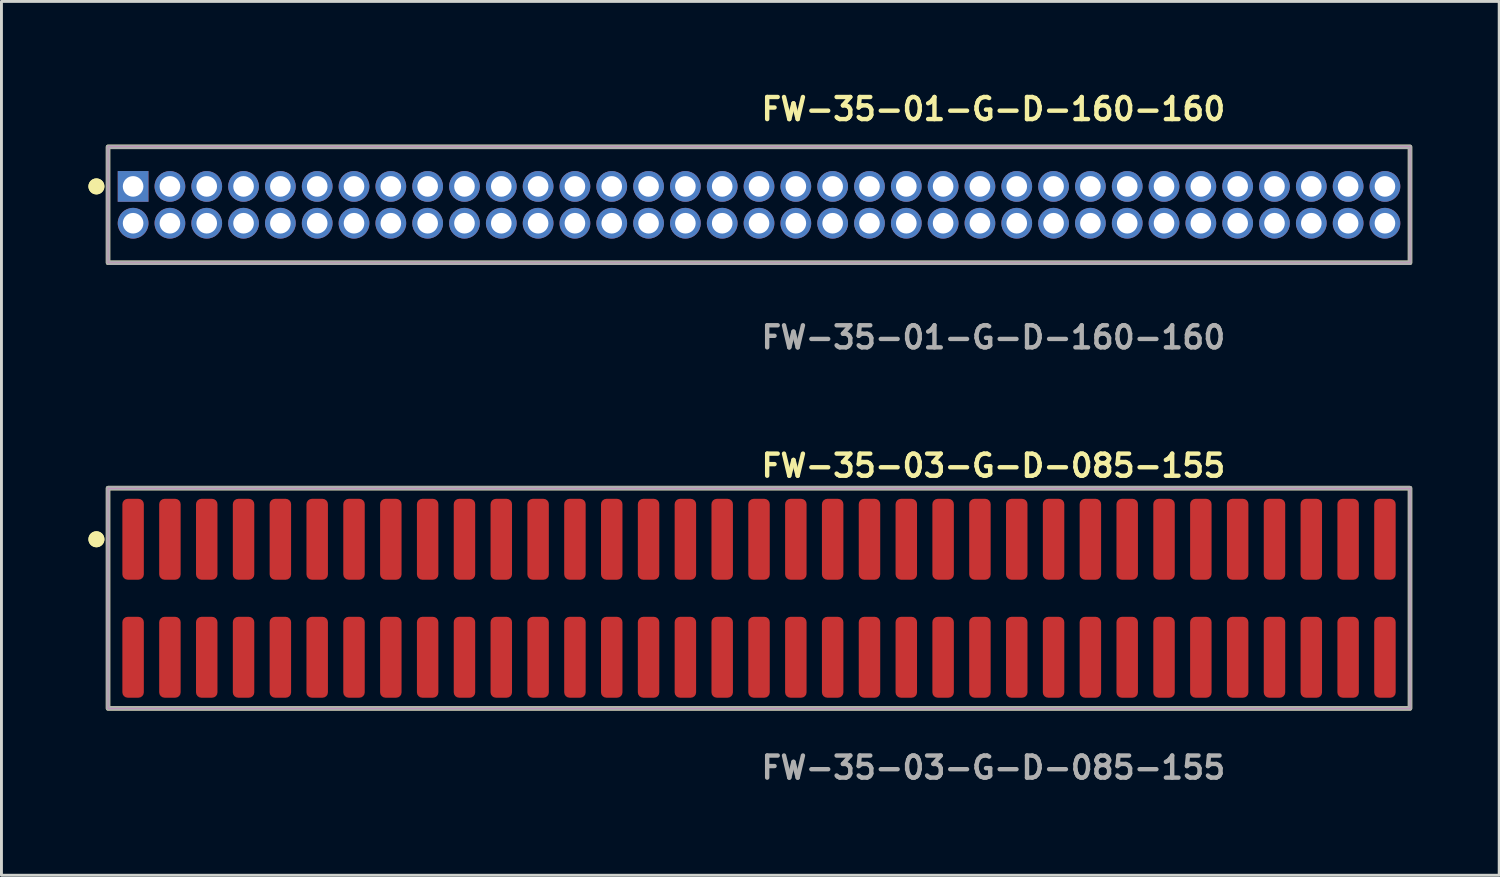
<source format=kicad_pcb>
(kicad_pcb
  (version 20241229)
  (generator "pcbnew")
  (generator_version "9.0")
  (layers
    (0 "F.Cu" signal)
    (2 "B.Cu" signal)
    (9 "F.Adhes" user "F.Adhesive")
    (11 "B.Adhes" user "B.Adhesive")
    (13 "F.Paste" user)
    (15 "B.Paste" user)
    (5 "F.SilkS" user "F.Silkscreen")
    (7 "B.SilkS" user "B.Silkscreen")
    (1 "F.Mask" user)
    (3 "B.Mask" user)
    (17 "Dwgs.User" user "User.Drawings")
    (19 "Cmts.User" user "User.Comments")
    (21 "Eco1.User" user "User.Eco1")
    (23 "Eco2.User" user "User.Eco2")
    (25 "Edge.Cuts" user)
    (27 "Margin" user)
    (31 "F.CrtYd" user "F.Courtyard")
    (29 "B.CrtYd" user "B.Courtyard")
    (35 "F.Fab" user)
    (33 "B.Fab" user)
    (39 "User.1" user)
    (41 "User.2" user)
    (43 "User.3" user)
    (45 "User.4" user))
  (footprint "FW-35-01-G-D-160-160"
    (layer "F.Cu")
    (at 23.131 4.015)
    (property "Reference" "FW-35-01-G-D-160-160" (at 0 -3.302 0) (unlocked yes) (layer "F.SilkS") (effects (font (size 0.762 0.762) (thickness 0.152)) (justify left)))
    (fp_rect (start -22.455 2) (end 22.455 -2) (stroke (width 0.152) (type solid)) (fill no) (layer "F.SilkS"))
    (fp_circle (center -22.855 -0.635) (end -23.055 -0.635) (stroke (width 0.152) (type solid)) (fill yes) (layer "F.SilkS"))
    (fp_circle (center -22.855 -0.635) (end -23.055 -0.635) (stroke (width 0.152) (type solid)) (fill yes) (layer "F.SilkS"))
    (fp_rect (start -22.455 2) (end 22.455 -2) (stroke (width 0.006) (type solid)) (fill no) (layer "F.CrtYd"))
    (fp_rect (start -22.455 2) (end 22.455 -2) (stroke (width 0.152) (type solid)) (fill no) (layer "F.Fab"))
    (fp_text user "${REFERENCE}" (at 0 4.572 0) (unlocked yes) (layer "F.Fab") (effects (font (size 0.762 0.762) (thickness 0.152)) (justify left)))
    (pad "1" thru_hole rect (at -21.59 -0.635) (size 1.06 1.06) (drill 0.71) (layers "*.Cu" "*.Mask"))
    (pad "2" thru_hole circle (at -21.59 0.635) (size 1.06 1.06) (drill 0.71) (layers "*.Cu" "*.Mask"))
    (pad "3" thru_hole circle (at -20.32 -0.635) (size 1.06 1.06) (drill 0.71) (layers "*.Cu" "*.Mask"))
    (pad "4" thru_hole circle (at -20.32 0.635) (size 1.06 1.06) (drill 0.71) (layers "*.Cu" "*.Mask"))
    (pad "5" thru_hole circle (at -19.05 -0.635) (size 1.06 1.06) (drill 0.71) (layers "*.Cu" "*.Mask"))
    (pad "6" thru_hole circle (at -19.05 0.635) (size 1.06 1.06) (drill 0.71) (layers "*.Cu" "*.Mask"))
    (pad "7" thru_hole circle (at -17.78 -0.635) (size 1.06 1.06) (drill 0.71) (layers "*.Cu" "*.Mask"))
    (pad "8" thru_hole circle (at -17.78 0.635) (size 1.06 1.06) (drill 0.71) (layers "*.Cu" "*.Mask"))
    (pad "9" thru_hole circle (at -16.51 -0.635) (size 1.06 1.06) (drill 0.71) (layers "*.Cu" "*.Mask"))
    (pad "10" thru_hole circle (at -16.51 0.635) (size 1.06 1.06) (drill 0.71) (layers "*.Cu" "*.Mask"))
    (pad "11" thru_hole circle (at -15.24 -0.635) (size 1.06 1.06) (drill 0.71) (layers "*.Cu" "*.Mask"))
    (pad "12" thru_hole circle (at -15.24 0.635) (size 1.06 1.06) (drill 0.71) (layers "*.Cu" "*.Mask"))
    (pad "13" thru_hole circle (at -13.97 -0.635) (size 1.06 1.06) (drill 0.71) (layers "*.Cu" "*.Mask"))
    (pad "14" thru_hole circle (at -13.97 0.635) (size 1.06 1.06) (drill 0.71) (layers "*.Cu" "*.Mask"))
    (pad "15" thru_hole circle (at -12.7 -0.635) (size 1.06 1.06) (drill 0.71) (layers "*.Cu" "*.Mask"))
    (pad "16" thru_hole circle (at -12.7 0.635) (size 1.06 1.06) (drill 0.71) (layers "*.Cu" "*.Mask"))
    (pad "17" thru_hole circle (at -11.43 -0.635) (size 1.06 1.06) (drill 0.71) (layers "*.Cu" "*.Mask"))
    (pad "18" thru_hole circle (at -11.43 0.635) (size 1.06 1.06) (drill 0.71) (layers "*.Cu" "*.Mask"))
    (pad "19" thru_hole circle (at -10.16 -0.635) (size 1.06 1.06) (drill 0.71) (layers "*.Cu" "*.Mask"))
    (pad "20" thru_hole circle (at -10.16 0.635) (size 1.06 1.06) (drill 0.71) (layers "*.Cu" "*.Mask"))
    (pad "21" thru_hole circle (at -8.89 -0.635) (size 1.06 1.06) (drill 0.71) (layers "*.Cu" "*.Mask"))
    (pad "22" thru_hole circle (at -8.89 0.635) (size 1.06 1.06) (drill 0.71) (layers "*.Cu" "*.Mask"))
    (pad "23" thru_hole circle (at -7.62 -0.635) (size 1.06 1.06) (drill 0.71) (layers "*.Cu" "*.Mask"))
    (pad "24" thru_hole circle (at -7.62 0.635) (size 1.06 1.06) (drill 0.71) (layers "*.Cu" "*.Mask"))
    (pad "25" thru_hole circle (at -6.35 -0.635) (size 1.06 1.06) (drill 0.71) (layers "*.Cu" "*.Mask"))
    (pad "26" thru_hole circle (at -6.35 0.635) (size 1.06 1.06) (drill 0.71) (layers "*.Cu" "*.Mask"))
    (pad "27" thru_hole circle (at -5.08 -0.635) (size 1.06 1.06) (drill 0.71) (layers "*.Cu" "*.Mask"))
    (pad "28" thru_hole circle (at -5.08 0.635) (size 1.06 1.06) (drill 0.71) (layers "*.Cu" "*.Mask"))
    (pad "29" thru_hole circle (at -3.81 -0.635) (size 1.06 1.06) (drill 0.71) (layers "*.Cu" "*.Mask"))
    (pad "30" thru_hole circle (at -3.81 0.635) (size 1.06 1.06) (drill 0.71) (layers "*.Cu" "*.Mask"))
    (pad "31" thru_hole circle (at -2.54 -0.635) (size 1.06 1.06) (drill 0.71) (layers "*.Cu" "*.Mask"))
    (pad "32" thru_hole circle (at -2.54 0.635) (size 1.06 1.06) (drill 0.71) (layers "*.Cu" "*.Mask"))
    (pad "33" thru_hole circle (at -1.27 -0.635) (size 1.06 1.06) (drill 0.71) (layers "*.Cu" "*.Mask"))
    (pad "34" thru_hole circle (at -1.27 0.635) (size 1.06 1.06) (drill 0.71) (layers "*.Cu" "*.Mask"))
    (pad "35" thru_hole circle (at 0 -0.635) (size 1.06 1.06) (drill 0.71) (layers "*.Cu" "*.Mask"))
    (pad "36" thru_hole circle (at 0 0.635) (size 1.06 1.06) (drill 0.71) (layers "*.Cu" "*.Mask"))
    (pad "37" thru_hole circle (at 1.27 -0.635) (size 1.06 1.06) (drill 0.71) (layers "*.Cu" "*.Mask"))
    (pad "38" thru_hole circle (at 1.27 0.635) (size 1.06 1.06) (drill 0.71) (layers "*.Cu" "*.Mask"))
    (pad "39" thru_hole circle (at 2.54 -0.635) (size 1.06 1.06) (drill 0.71) (layers "*.Cu" "*.Mask"))
    (pad "40" thru_hole circle (at 2.54 0.635) (size 1.06 1.06) (drill 0.71) (layers "*.Cu" "*.Mask"))
    (pad "41" thru_hole circle (at 3.81 -0.635) (size 1.06 1.06) (drill 0.71) (layers "*.Cu" "*.Mask"))
    (pad "42" thru_hole circle (at 3.81 0.635) (size 1.06 1.06) (drill 0.71) (layers "*.Cu" "*.Mask"))
    (pad "43" thru_hole circle (at 5.08 -0.635) (size 1.06 1.06) (drill 0.71) (layers "*.Cu" "*.Mask"))
    (pad "44" thru_hole circle (at 5.08 0.635) (size 1.06 1.06) (drill 0.71) (layers "*.Cu" "*.Mask"))
    (pad "45" thru_hole circle (at 6.35 -0.635) (size 1.06 1.06) (drill 0.71) (layers "*.Cu" "*.Mask"))
    (pad "46" thru_hole circle (at 6.35 0.635) (size 1.06 1.06) (drill 0.71) (layers "*.Cu" "*.Mask"))
    (pad "47" thru_hole circle (at 7.62 -0.635) (size 1.06 1.06) (drill 0.71) (layers "*.Cu" "*.Mask"))
    (pad "48" thru_hole circle (at 7.62 0.635) (size 1.06 1.06) (drill 0.71) (layers "*.Cu" "*.Mask"))
    (pad "49" thru_hole circle (at 8.89 -0.635) (size 1.06 1.06) (drill 0.71) (layers "*.Cu" "*.Mask"))
    (pad "50" thru_hole circle (at 8.89 0.635) (size 1.06 1.06) (drill 0.71) (layers "*.Cu" "*.Mask"))
    (pad "51" thru_hole circle (at 10.16 -0.635) (size 1.06 1.06) (drill 0.71) (layers "*.Cu" "*.Mask"))
    (pad "52" thru_hole circle (at 10.16 0.635) (size 1.06 1.06) (drill 0.71) (layers "*.Cu" "*.Mask"))
    (pad "53" thru_hole circle (at 11.43 -0.635) (size 1.06 1.06) (drill 0.71) (layers "*.Cu" "*.Mask"))
    (pad "54" thru_hole circle (at 11.43 0.635) (size 1.06 1.06) (drill 0.71) (layers "*.Cu" "*.Mask"))
    (pad "55" thru_hole circle (at 12.7 -0.635) (size 1.06 1.06) (drill 0.71) (layers "*.Cu" "*.Mask"))
    (pad "56" thru_hole circle (at 12.7 0.635) (size 1.06 1.06) (drill 0.71) (layers "*.Cu" "*.Mask"))
    (pad "57" thru_hole circle (at 13.97 -0.635) (size 1.06 1.06) (drill 0.71) (layers "*.Cu" "*.Mask"))
    (pad "58" thru_hole circle (at 13.97 0.635) (size 1.06 1.06) (drill 0.71) (layers "*.Cu" "*.Mask"))
    (pad "59" thru_hole circle (at 15.24 -0.635) (size 1.06 1.06) (drill 0.71) (layers "*.Cu" "*.Mask"))
    (pad "60" thru_hole circle (at 15.24 0.635) (size 1.06 1.06) (drill 0.71) (layers "*.Cu" "*.Mask"))
    (pad "61" thru_hole circle (at 16.51 -0.635) (size 1.06 1.06) (drill 0.71) (layers "*.Cu" "*.Mask"))
    (pad "62" thru_hole circle (at 16.51 0.635) (size 1.06 1.06) (drill 0.71) (layers "*.Cu" "*.Mask"))
    (pad "63" thru_hole circle (at 17.78 -0.635) (size 1.06 1.06) (drill 0.71) (layers "*.Cu" "*.Mask"))
    (pad "64" thru_hole circle (at 17.78 0.635) (size 1.06 1.06) (drill 0.71) (layers "*.Cu" "*.Mask"))
    (pad "65" thru_hole circle (at 19.05 -0.635) (size 1.06 1.06) (drill 0.71) (layers "*.Cu" "*.Mask"))
    (pad "66" thru_hole circle (at 19.05 0.635) (size 1.06 1.06) (drill 0.71) (layers "*.Cu" "*.Mask"))
    (pad "67" thru_hole circle (at 20.32 -0.635) (size 1.06 1.06) (drill 0.71) (layers "*.Cu" "*.Mask"))
    (pad "68" thru_hole circle (at 20.32 0.635) (size 1.06 1.06) (drill 0.71) (layers "*.Cu" "*.Mask"))
    (pad "69" thru_hole circle (at 21.59 -0.635) (size 1.06 1.06) (drill 0.71) (layers "*.Cu" "*.Mask"))
    (pad "70" thru_hole circle (at 21.59 0.635) (size 1.06 1.06) (drill 0.71) (layers "*.Cu" "*.Mask")))
  (footprint "FW-35-03-G-D-085-155"
    (layer "F.Cu")
    (at 23.131 17.586)
    (property "Reference" "FW-35-03-G-D-085-155" (at 0 -4.572 0) (unlocked yes) (layer "F.SilkS") (effects (font (size 0.762 0.762) (thickness 0.152)) (justify left)))
    (fp_rect (start -22.455 3.8) (end 22.455 -3.8) (stroke (width 0.152) (type solid)) (fill no) (layer "F.SilkS"))
    (fp_circle (center -22.855 -2.035) (end -23.055 -2.035) (stroke (width 0.152) (type solid)) (fill yes) (layer "F.SilkS"))
    (fp_circle (center -22.855 -2.035) (end -23.055 -2.035) (stroke (width 0.152) (type solid)) (fill yes) (layer "F.SilkS"))
    (fp_rect (start -22.455 3.8) (end 22.455 -3.8) (stroke (width 0.006) (type solid)) (fill no) (layer "F.CrtYd"))
    (fp_rect (start -22.455 3.8) (end 22.455 -3.8) (stroke (width 0.152) (type solid)) (fill no) (layer "F.Fab"))
    (fp_text user "${REFERENCE}" (at 0 5.842 0) (unlocked yes) (layer "F.Fab") (effects (font (size 0.762 0.762) (thickness 0.152)) (justify left)))
    (pad "1" smd roundrect (at -21.59 -2.035) (size 0.74 2.79) (layers "F.Cu" "F.Paste") (roundrect_rratio 0.25))
    (pad "2" smd roundrect (at -21.59 2.035) (size 0.74 2.79) (layers "F.Cu" "F.Paste") (roundrect_rratio 0.25))
    (pad "3" smd roundrect (at -20.32 -2.035) (size 0.74 2.79) (layers "F.Cu" "F.Paste") (roundrect_rratio 0.25))
    (pad "4" smd roundrect (at -20.32 2.035) (size 0.74 2.79) (layers "F.Cu" "F.Paste") (roundrect_rratio 0.25))
    (pad "5" smd roundrect (at -19.05 -2.035) (size 0.74 2.79) (layers "F.Cu" "F.Paste") (roundrect_rratio 0.25))
    (pad "6" smd roundrect (at -19.05 2.035) (size 0.74 2.79) (layers "F.Cu" "F.Paste") (roundrect_rratio 0.25))
    (pad "7" smd roundrect (at -17.78 -2.035) (size 0.74 2.79) (layers "F.Cu" "F.Paste") (roundrect_rratio 0.25))
    (pad "8" smd roundrect (at -17.78 2.035) (size 0.74 2.79) (layers "F.Cu" "F.Paste") (roundrect_rratio 0.25))
    (pad "9" smd roundrect (at -16.51 -2.035) (size 0.74 2.79) (layers "F.Cu" "F.Paste") (roundrect_rratio 0.25))
    (pad "10" smd roundrect (at -16.51 2.035) (size 0.74 2.79) (layers "F.Cu" "F.Paste") (roundrect_rratio 0.25))
    (pad "11" smd roundrect (at -15.24 -2.035) (size 0.74 2.79) (layers "F.Cu" "F.Paste") (roundrect_rratio 0.25))
    (pad "12" smd roundrect (at -15.24 2.035) (size 0.74 2.79) (layers "F.Cu" "F.Paste") (roundrect_rratio 0.25))
    (pad "13" smd roundrect (at -13.97 -2.035) (size 0.74 2.79) (layers "F.Cu" "F.Paste") (roundrect_rratio 0.25))
    (pad "14" smd roundrect (at -13.97 2.035) (size 0.74 2.79) (layers "F.Cu" "F.Paste") (roundrect_rratio 0.25))
    (pad "15" smd roundrect (at -12.7 -2.035) (size 0.74 2.79) (layers "F.Cu" "F.Paste") (roundrect_rratio 0.25))
    (pad "16" smd roundrect (at -12.7 2.035) (size 0.74 2.79) (layers "F.Cu" "F.Paste") (roundrect_rratio 0.25))
    (pad "17" smd roundrect (at -11.43 -2.035) (size 0.74 2.79) (layers "F.Cu" "F.Paste") (roundrect_rratio 0.25))
    (pad "18" smd roundrect (at -11.43 2.035) (size 0.74 2.79) (layers "F.Cu" "F.Paste") (roundrect_rratio 0.25))
    (pad "19" smd roundrect (at -10.16 -2.035) (size 0.74 2.79) (layers "F.Cu" "F.Paste") (roundrect_rratio 0.25))
    (pad "20" smd roundrect (at -10.16 2.035) (size 0.74 2.79) (layers "F.Cu" "F.Paste") (roundrect_rratio 0.25))
    (pad "21" smd roundrect (at -8.89 -2.035) (size 0.74 2.79) (layers "F.Cu" "F.Paste") (roundrect_rratio 0.25))
    (pad "22" smd roundrect (at -8.89 2.035) (size 0.74 2.79) (layers "F.Cu" "F.Paste") (roundrect_rratio 0.25))
    (pad "23" smd roundrect (at -7.62 -2.035) (size 0.74 2.79) (layers "F.Cu" "F.Paste") (roundrect_rratio 0.25))
    (pad "24" smd roundrect (at -7.62 2.035) (size 0.74 2.79) (layers "F.Cu" "F.Paste") (roundrect_rratio 0.25))
    (pad "25" smd roundrect (at -6.35 -2.035) (size 0.74 2.79) (layers "F.Cu" "F.Paste") (roundrect_rratio 0.25))
    (pad "26" smd roundrect (at -6.35 2.035) (size 0.74 2.79) (layers "F.Cu" "F.Paste") (roundrect_rratio 0.25))
    (pad "27" smd roundrect (at -5.08 -2.035) (size 0.74 2.79) (layers "F.Cu" "F.Paste") (roundrect_rratio 0.25))
    (pad "28" smd roundrect (at -5.08 2.035) (size 0.74 2.79) (layers "F.Cu" "F.Paste") (roundrect_rratio 0.25))
    (pad "29" smd roundrect (at -3.81 -2.035) (size 0.74 2.79) (layers "F.Cu" "F.Paste") (roundrect_rratio 0.25))
    (pad "30" smd roundrect (at -3.81 2.035) (size 0.74 2.79) (layers "F.Cu" "F.Paste") (roundrect_rratio 0.25))
    (pad "31" smd roundrect (at -2.54 -2.035) (size 0.74 2.79) (layers "F.Cu" "F.Paste") (roundrect_rratio 0.25))
    (pad "32" smd roundrect (at -2.54 2.035) (size 0.74 2.79) (layers "F.Cu" "F.Paste") (roundrect_rratio 0.25))
    (pad "33" smd roundrect (at -1.27 -2.035) (size 0.74 2.79) (layers "F.Cu" "F.Paste") (roundrect_rratio 0.25))
    (pad "34" smd roundrect (at -1.27 2.035) (size 0.74 2.79) (layers "F.Cu" "F.Paste") (roundrect_rratio 0.25))
    (pad "35" smd roundrect (at 0 -2.035) (size 0.74 2.79) (layers "F.Cu" "F.Paste") (roundrect_rratio 0.25))
    (pad "36" smd roundrect (at 0 2.035) (size 0.74 2.79) (layers "F.Cu" "F.Paste") (roundrect_rratio 0.25))
    (pad "37" smd roundrect (at 1.27 -2.035) (size 0.74 2.79) (layers "F.Cu" "F.Paste") (roundrect_rratio 0.25))
    (pad "38" smd roundrect (at 1.27 2.035) (size 0.74 2.79) (layers "F.Cu" "F.Paste") (roundrect_rratio 0.25))
    (pad "39" smd roundrect (at 2.54 -2.035) (size 0.74 2.79) (layers "F.Cu" "F.Paste") (roundrect_rratio 0.25))
    (pad "40" smd roundrect (at 2.54 2.035) (size 0.74 2.79) (layers "F.Cu" "F.Paste") (roundrect_rratio 0.25))
    (pad "41" smd roundrect (at 3.81 -2.035) (size 0.74 2.79) (layers "F.Cu" "F.Paste") (roundrect_rratio 0.25))
    (pad "42" smd roundrect (at 3.81 2.035) (size 0.74 2.79) (layers "F.Cu" "F.Paste") (roundrect_rratio 0.25))
    (pad "43" smd roundrect (at 5.08 -2.035) (size 0.74 2.79) (layers "F.Cu" "F.Paste") (roundrect_rratio 0.25))
    (pad "44" smd roundrect (at 5.08 2.035) (size 0.74 2.79) (layers "F.Cu" "F.Paste") (roundrect_rratio 0.25))
    (pad "45" smd roundrect (at 6.35 -2.035) (size 0.74 2.79) (layers "F.Cu" "F.Paste") (roundrect_rratio 0.25))
    (pad "46" smd roundrect (at 6.35 2.035) (size 0.74 2.79) (layers "F.Cu" "F.Paste") (roundrect_rratio 0.25))
    (pad "47" smd roundrect (at 7.62 -2.035) (size 0.74 2.79) (layers "F.Cu" "F.Paste") (roundrect_rratio 0.25))
    (pad "48" smd roundrect (at 7.62 2.035) (size 0.74 2.79) (layers "F.Cu" "F.Paste") (roundrect_rratio 0.25))
    (pad "49" smd roundrect (at 8.89 -2.035) (size 0.74 2.79) (layers "F.Cu" "F.Paste") (roundrect_rratio 0.25))
    (pad "50" smd roundrect (at 8.89 2.035) (size 0.74 2.79) (layers "F.Cu" "F.Paste") (roundrect_rratio 0.25))
    (pad "51" smd roundrect (at 10.16 -2.035) (size 0.74 2.79) (layers "F.Cu" "F.Paste") (roundrect_rratio 0.25))
    (pad "52" smd roundrect (at 10.16 2.035) (size 0.74 2.79) (layers "F.Cu" "F.Paste") (roundrect_rratio 0.25))
    (pad "53" smd roundrect (at 11.43 -2.035) (size 0.74 2.79) (layers "F.Cu" "F.Paste") (roundrect_rratio 0.25))
    (pad "54" smd roundrect (at 11.43 2.035) (size 0.74 2.79) (layers "F.Cu" "F.Paste") (roundrect_rratio 0.25))
    (pad "55" smd roundrect (at 12.7 -2.035) (size 0.74 2.79) (layers "F.Cu" "F.Paste") (roundrect_rratio 0.25))
    (pad "56" smd roundrect (at 12.7 2.035) (size 0.74 2.79) (layers "F.Cu" "F.Paste") (roundrect_rratio 0.25))
    (pad "57" smd roundrect (at 13.97 -2.035) (size 0.74 2.79) (layers "F.Cu" "F.Paste") (roundrect_rratio 0.25))
    (pad "58" smd roundrect (at 13.97 2.035) (size 0.74 2.79) (layers "F.Cu" "F.Paste") (roundrect_rratio 0.25))
    (pad "59" smd roundrect (at 15.24 -2.035) (size 0.74 2.79) (layers "F.Cu" "F.Paste") (roundrect_rratio 0.25))
    (pad "60" smd roundrect (at 15.24 2.035) (size 0.74 2.79) (layers "F.Cu" "F.Paste") (roundrect_rratio 0.25))
    (pad "61" smd roundrect (at 16.51 -2.035) (size 0.74 2.79) (layers "F.Cu" "F.Paste") (roundrect_rratio 0.25))
    (pad "62" smd roundrect (at 16.51 2.035) (size 0.74 2.79) (layers "F.Cu" "F.Paste") (roundrect_rratio 0.25))
    (pad "63" smd roundrect (at 17.78 -2.035) (size 0.74 2.79) (layers "F.Cu" "F.Paste") (roundrect_rratio 0.25))
    (pad "64" smd roundrect (at 17.78 2.035) (size 0.74 2.79) (layers "F.Cu" "F.Paste") (roundrect_rratio 0.25))
    (pad "65" smd roundrect (at 19.05 -2.035) (size 0.74 2.79) (layers "F.Cu" "F.Paste") (roundrect_rratio 0.25))
    (pad "66" smd roundrect (at 19.05 2.035) (size 0.74 2.79) (layers "F.Cu" "F.Paste") (roundrect_rratio 0.25))
    (pad "67" smd roundrect (at 20.32 -2.035) (size 0.74 2.79) (layers "F.Cu" "F.Paste") (roundrect_rratio 0.25))
    (pad "68" smd roundrect (at 20.32 2.035) (size 0.74 2.79) (layers "F.Cu" "F.Paste") (roundrect_rratio 0.25))
    (pad "69" smd roundrect (at 21.59 -2.035) (size 0.74 2.79) (layers "F.Cu" "F.Paste") (roundrect_rratio 0.25))
    (pad "70" smd roundrect (at 21.59 2.035) (size 0.74 2.79) (layers "F.Cu" "F.Paste") (roundrect_rratio 0.25)))
  (gr_rect
    (start -3 -3)
    (end 48.662 27.141)
    (stroke (width 0.1) (type default))
    (fill no)
    (layer "Edge.Cuts")))
</source>
